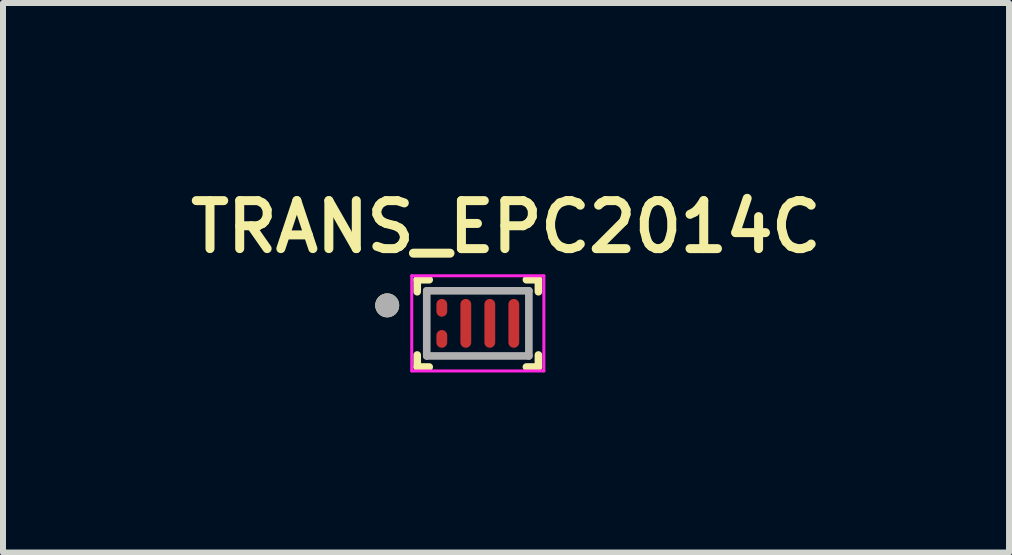
<source format=kicad_pcb>
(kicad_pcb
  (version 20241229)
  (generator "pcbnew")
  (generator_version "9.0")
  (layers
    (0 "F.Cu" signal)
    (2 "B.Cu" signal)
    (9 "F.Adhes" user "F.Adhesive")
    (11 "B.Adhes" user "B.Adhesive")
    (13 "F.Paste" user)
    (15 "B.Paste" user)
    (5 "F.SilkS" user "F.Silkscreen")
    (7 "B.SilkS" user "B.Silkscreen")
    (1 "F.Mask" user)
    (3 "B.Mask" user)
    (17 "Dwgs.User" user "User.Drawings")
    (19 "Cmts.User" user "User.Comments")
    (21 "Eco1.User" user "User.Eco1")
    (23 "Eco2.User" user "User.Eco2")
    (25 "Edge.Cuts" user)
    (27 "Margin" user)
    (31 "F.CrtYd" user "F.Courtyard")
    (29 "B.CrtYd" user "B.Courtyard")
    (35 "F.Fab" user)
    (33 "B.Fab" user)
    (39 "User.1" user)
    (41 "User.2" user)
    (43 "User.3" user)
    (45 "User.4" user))
  (footprint "TRANS_EPC2014C"
    (layer "F.Cu")
    (at 4.913 2.339)
    (property "Reference" "TRANS_EPC2014C" (at 0.47 -1.608 0) (layer "F.SilkS") (effects (font (size 0.8 0.8) (thickness 0.15))))
    (attr through_hole)
    (fp_poly (pts (xy -0.69 -0.199) (xy -0.69 -0.319) (xy -0.69 -0.328) (xy -0.688 -0.338) (xy -0.686 -0.347) (xy -0.682 -0.356) (xy -0.678 -0.364) (xy -0.673 -0.372) (xy -0.667 -0.379) (xy -0.66 -0.386) (xy -0.653 -0.392) (xy -0.645 -0.397) (xy -0.637 -0.401) (xy -0.628 -0.405) (xy -0.619 -0.407) (xy -0.609 -0.409) (xy -0.6 -0.409) (xy -0.591 -0.409) (xy -0.581 -0.407) (xy -0.572 -0.405) (xy -0.563 -0.401) (xy -0.555 -0.397) (xy -0.547 -0.392) (xy -0.54 -0.386) (xy -0.533 -0.379) (xy -0.527 -0.372) (xy -0.522 -0.364) (xy -0.518 -0.356) (xy -0.514 -0.347) (xy -0.512 -0.338) (xy -0.51 -0.328) (xy -0.51 -0.319) (xy -0.51 -0.199) (xy -0.51 -0.19) (xy -0.512 -0.18) (xy -0.514 -0.171) (xy -0.518 -0.162) (xy -0.522 -0.154) (xy -0.527 -0.146) (xy -0.533 -0.139) (xy -0.54 -0.132) (xy -0.547 -0.126) (xy -0.555 -0.121) (xy -0.563 -0.117) (xy -0.572 -0.113) (xy -0.581 -0.111) (xy -0.591 -0.109) (xy -0.6 -0.109) (xy -0.609 -0.109) (xy -0.619 -0.111) (xy -0.628 -0.113) (xy -0.637 -0.117) (xy -0.645 -0.121) (xy -0.653 -0.126) (xy -0.66 -0.132) (xy -0.667 -0.139) (xy -0.673 -0.146) (xy -0.678 -0.154) (xy -0.682 -0.162) (xy -0.686 -0.171) (xy -0.688 -0.18) (xy -0.69 -0.19) (xy -0.69 -0.199)) (stroke (width 0.0001) (type solid)) (fill yes) (layer "F.Mask"))
    (fp_poly (pts (xy -0.69 0.319) (xy -0.69 0.199) (xy -0.69 0.19) (xy -0.688 0.18) (xy -0.686 0.171) (xy -0.682 0.162) (xy -0.678 0.154) (xy -0.673 0.146) (xy -0.667 0.139) (xy -0.66 0.132) (xy -0.653 0.126) (xy -0.645 0.121) (xy -0.637 0.117) (xy -0.628 0.113) (xy -0.619 0.111) (xy -0.609 0.109) (xy -0.6 0.109) (xy -0.591 0.109) (xy -0.581 0.111) (xy -0.572 0.113) (xy -0.563 0.117) (xy -0.555 0.121) (xy -0.547 0.126) (xy -0.54 0.132) (xy -0.533 0.139) (xy -0.527 0.146) (xy -0.522 0.154) (xy -0.518 0.162) (xy -0.514 0.171) (xy -0.512 0.18) (xy -0.51 0.19) (xy -0.51 0.199) (xy -0.51 0.319) (xy -0.51 0.328) (xy -0.512 0.338) (xy -0.514 0.347) (xy -0.518 0.356) (xy -0.522 0.364) (xy -0.527 0.372) (xy -0.533 0.379) (xy -0.54 0.386) (xy -0.547 0.392) (xy -0.555 0.397) (xy -0.563 0.401) (xy -0.572 0.405) (xy -0.581 0.407) (xy -0.591 0.409) (xy -0.6 0.409) (xy -0.609 0.409) (xy -0.619 0.407) (xy -0.628 0.405) (xy -0.637 0.401) (xy -0.645 0.397) (xy -0.653 0.392) (xy -0.66 0.386) (xy -0.667 0.379) (xy -0.673 0.372) (xy -0.678 0.364) (xy -0.682 0.356) (xy -0.686 0.347) (xy -0.688 0.338) (xy -0.69 0.328) (xy -0.69 0.319)) (stroke (width 0.0001) (type solid)) (fill yes) (layer "F.Mask"))
    (fp_poly (pts (xy -0.29 0.32) (xy -0.29 -0.32) (xy -0.289 -0.329) (xy -0.287 -0.339) (xy -0.285 -0.348) (xy -0.281 -0.356) (xy -0.277 -0.364) (xy -0.271 -0.372) (xy -0.265 -0.379) (xy -0.258 -0.386) (xy -0.251 -0.391) (xy -0.243 -0.396) (xy -0.234 -0.4) (xy -0.225 -0.403) (xy -0.216 -0.405) (xy -0.207 -0.407) (xy -0.198 -0.407) (xy -0.188 -0.406) (xy -0.179 -0.405) (xy -0.17 -0.402) (xy -0.161 -0.398) (xy -0.153 -0.394) (xy -0.145 -0.389) (xy -0.138 -0.383) (xy -0.132 -0.376) (xy -0.126 -0.368) (xy -0.121 -0.36) (xy -0.117 -0.352) (xy -0.114 -0.343) (xy -0.112 -0.334) (xy -0.11 -0.325) (xy -0.11 -0.315) (xy -0.11 0.32) (xy -0.111 0.329) (xy -0.112 0.338) (xy -0.115 0.347) (xy -0.118 0.355) (xy -0.123 0.364) (xy -0.128 0.371) (xy -0.134 0.379) (xy -0.14 0.385) (xy -0.148 0.391) (xy -0.155 0.396) (xy -0.164 0.4) (xy -0.172 0.404) (xy -0.181 0.406) (xy -0.191 0.407) (xy -0.2 0.408) (xy -0.209 0.407) (xy -0.219 0.406) (xy -0.228 0.404) (xy -0.236 0.4) (xy -0.245 0.396) (xy -0.252 0.391) (xy -0.26 0.385) (xy -0.266 0.379) (xy -0.272 0.371) (xy -0.277 0.364) (xy -0.282 0.355) (xy -0.285 0.347) (xy -0.288 0.338) (xy -0.289 0.329) (xy -0.29 0.32)) (stroke (width 0.0001) (type solid)) (fill yes) (layer "F.Mask"))
    (fp_poly (pts (xy 0.11 0.32) (xy 0.11 -0.32) (xy 0.111 -0.329) (xy 0.113 -0.339) (xy 0.115 -0.348) (xy 0.119 -0.356) (xy 0.123 -0.364) (xy 0.129 -0.372) (xy 0.135 -0.379) (xy 0.142 -0.386) (xy 0.149 -0.391) (xy 0.157 -0.396) (xy 0.166 -0.4) (xy 0.175 -0.403) (xy 0.184 -0.405) (xy 0.193 -0.407) (xy 0.202 -0.407) (xy 0.212 -0.406) (xy 0.221 -0.405) (xy 0.23 -0.402) (xy 0.239 -0.398) (xy 0.247 -0.394) (xy 0.255 -0.389) (xy 0.262 -0.383) (xy 0.268 -0.376) (xy 0.274 -0.368) (xy 0.279 -0.36) (xy 0.283 -0.352) (xy 0.286 -0.343) (xy 0.288 -0.334) (xy 0.29 -0.325) (xy 0.29 -0.315) (xy 0.29 0.32) (xy 0.289 0.329) (xy 0.288 0.338) (xy 0.285 0.347) (xy 0.282 0.355) (xy 0.277 0.364) (xy 0.272 0.371) (xy 0.266 0.379) (xy 0.26 0.385) (xy 0.252 0.391) (xy 0.245 0.396) (xy 0.236 0.4) (xy 0.228 0.404) (xy 0.219 0.406) (xy 0.209 0.407) (xy 0.2 0.408) (xy 0.191 0.407) (xy 0.181 0.406) (xy 0.172 0.404) (xy 0.164 0.4) (xy 0.155 0.396) (xy 0.148 0.391) (xy 0.14 0.385) (xy 0.134 0.379) (xy 0.128 0.371) (xy 0.123 0.364) (xy 0.118 0.355) (xy 0.115 0.347) (xy 0.112 0.338) (xy 0.111 0.329) (xy 0.11 0.32)) (stroke (width 0.0001) (type solid)) (fill yes) (layer "F.Mask"))
    (fp_poly (pts (xy 0.51 0.32) (xy 0.51 -0.32) (xy 0.511 -0.329) (xy 0.513 -0.339) (xy 0.515 -0.348) (xy 0.519 -0.356) (xy 0.523 -0.364) (xy 0.529 -0.372) (xy 0.535 -0.379) (xy 0.542 -0.386) (xy 0.549 -0.391) (xy 0.557 -0.396) (xy 0.566 -0.4) (xy 0.575 -0.403) (xy 0.584 -0.405) (xy 0.593 -0.407) (xy 0.602 -0.407) (xy 0.612 -0.406) (xy 0.621 -0.405) (xy 0.63 -0.402) (xy 0.639 -0.398) (xy 0.647 -0.394) (xy 0.655 -0.389) (xy 0.662 -0.383) (xy 0.668 -0.376) (xy 0.674 -0.368) (xy 0.679 -0.36) (xy 0.683 -0.352) (xy 0.686 -0.343) (xy 0.688 -0.334) (xy 0.69 -0.325) (xy 0.69 -0.315) (xy 0.69 0.32) (xy 0.689 0.329) (xy 0.688 0.338) (xy 0.685 0.347) (xy 0.682 0.355) (xy 0.677 0.364) (xy 0.672 0.371) (xy 0.666 0.379) (xy 0.66 0.385) (xy 0.652 0.391) (xy 0.645 0.396) (xy 0.636 0.4) (xy 0.628 0.404) (xy 0.619 0.406) (xy 0.609 0.407) (xy 0.6 0.408) (xy 0.591 0.407) (xy 0.581 0.406) (xy 0.572 0.404) (xy 0.564 0.4) (xy 0.555 0.396) (xy 0.548 0.391) (xy 0.54 0.385) (xy 0.534 0.379) (xy 0.528 0.371) (xy 0.523 0.364) (xy 0.518 0.355) (xy 0.515 0.347) (xy 0.512 0.338) (xy 0.511 0.329) (xy 0.51 0.32)) (stroke (width 0.0001) (type solid)) (fill yes) (layer "F.Mask"))
    (fp_line (start -1.01 -0.727) (end -0.81 -0.727) (stroke (width 0.127) (type solid)) (layer "F.SilkS"))
    (fp_line (start -1.01 -0.527) (end -1.01 -0.727) (stroke (width 0.127) (type solid)) (layer "F.SilkS"))
    (fp_line (start -1.01 0.527) (end -1.01 0.727) (stroke (width 0.127) (type solid)) (layer "F.SilkS"))
    (fp_line (start -1.01 0.727) (end -0.81 0.727) (stroke (width 0.127) (type solid)) (layer "F.SilkS"))
    (fp_line (start 1.01 -0.727) (end 0.81 -0.727) (stroke (width 0.127) (type solid)) (layer "F.SilkS"))
    (fp_line (start 1.01 -0.527) (end 1.01 -0.727) (stroke (width 0.127) (type solid)) (layer "F.SilkS"))
    (fp_line (start 1.01 0.527) (end 1.01 0.727) (stroke (width 0.127) (type solid)) (layer "F.SilkS"))
    (fp_line (start 1.01 0.727) (end 0.81 0.727) (stroke (width 0.127) (type solid)) (layer "F.SilkS"))
    (fp_circle (center -1.51 -0.3) (end -1.41 -0.3) (stroke (width 0.2) (type solid)) (fill no) (layer "F.SilkS"))
    (fp_poly (pts (xy -0.69 -0.347) (xy -0.69 -0.35) (xy -0.69 -0.353) (xy -0.689 -0.356) (xy -0.689 -0.359) (xy -0.688 -0.363) (xy -0.687 -0.366) (xy -0.686 -0.369) (xy -0.685 -0.371) (xy -0.683 -0.374) (xy -0.682 -0.377) (xy -0.68 -0.38) (xy -0.679 -0.382) (xy -0.677 -0.385) (xy -0.675 -0.387) (xy -0.672 -0.389) (xy -0.67 -0.392) (xy -0.668 -0.394) (xy -0.665 -0.396) (xy -0.663 -0.397) (xy -0.66 -0.399) (xy -0.657 -0.4) (xy -0.654 -0.402) (xy -0.652 -0.403) (xy -0.649 -0.404) (xy -0.646 -0.405) (xy -0.642 -0.406) (xy -0.639 -0.406) (xy -0.636 -0.407) (xy -0.633 -0.407) (xy -0.63 -0.407) (xy -0.57 -0.407) (xy -0.567 -0.407) (xy -0.564 -0.407) (xy -0.561 -0.406) (xy -0.558 -0.406) (xy -0.554 -0.405) (xy -0.551 -0.404) (xy -0.548 -0.403) (xy -0.546 -0.402) (xy -0.543 -0.4) (xy -0.54 -0.399) (xy -0.537 -0.397) (xy -0.535 -0.396) (xy -0.532 -0.394) (xy -0.53 -0.392) (xy -0.528 -0.389) (xy -0.525 -0.387) (xy -0.523 -0.385) (xy -0.521 -0.382) (xy -0.52 -0.38) (xy -0.518 -0.377) (xy -0.517 -0.374) (xy -0.515 -0.371) (xy -0.514 -0.369) (xy -0.513 -0.366) (xy -0.512 -0.363) (xy -0.511 -0.359) (xy -0.511 -0.356) (xy -0.51 -0.353) (xy -0.51 -0.35) (xy -0.51 -0.347) (xy -0.51 -0.171) (xy -0.51 -0.168) (xy -0.51 -0.165) (xy -0.511 -0.162) (xy -0.511 -0.159) (xy -0.512 -0.155) (xy -0.513 -0.152) (xy -0.514 -0.149) (xy -0.515 -0.147) (xy -0.517 -0.144) (xy -0.518 -0.141) (xy -0.52 -0.138) (xy -0.521 -0.136) (xy -0.523 -0.133) (xy -0.525 -0.131) (xy -0.528 -0.129) (xy -0.53 -0.126) (xy -0.532 -0.124) (xy -0.535 -0.122) (xy -0.537 -0.121) (xy -0.54 -0.119) (xy -0.543 -0.118) (xy -0.546 -0.116) (xy -0.548 -0.115) (xy -0.551 -0.114) (xy -0.554 -0.113) (xy -0.558 -0.112) (xy -0.561 -0.112) (xy -0.564 -0.111) (xy -0.567 -0.111) (xy -0.57 -0.111) (xy -0.63 -0.111) (xy -0.633 -0.111) (xy -0.636 -0.111) (xy -0.639 -0.112) (xy -0.642 -0.112) (xy -0.646 -0.113) (xy -0.649 -0.114) (xy -0.652 -0.115) (xy -0.654 -0.116) (xy -0.657 -0.118) (xy -0.66 -0.119) (xy -0.663 -0.121) (xy -0.665 -0.122) (xy -0.668 -0.124) (xy -0.67 -0.126) (xy -0.672 -0.129) (xy -0.675 -0.131) (xy -0.677 -0.133) (xy -0.679 -0.136) (xy -0.68 -0.138) (xy -0.682 -0.141) (xy -0.683 -0.144) (xy -0.685 -0.147) (xy -0.686 -0.149) (xy -0.687 -0.152) (xy -0.688 -0.155) (xy -0.689 -0.159) (xy -0.689 -0.162) (xy -0.69 -0.165) (xy -0.69 -0.168) (xy -0.69 -0.171) (xy -0.69 -0.347)) (stroke (width 0.0001) (type solid)) (fill yes) (layer "F.Paste"))
    (fp_poly (pts (xy -0.69 0.171) (xy -0.69 0.168) (xy -0.69 0.165) (xy -0.689 0.162) (xy -0.689 0.159) (xy -0.688 0.155) (xy -0.687 0.152) (xy -0.686 0.149) (xy -0.685 0.147) (xy -0.683 0.144) (xy -0.682 0.141) (xy -0.68 0.138) (xy -0.679 0.136) (xy -0.677 0.133) (xy -0.675 0.131) (xy -0.672 0.129) (xy -0.67 0.126) (xy -0.668 0.124) (xy -0.665 0.122) (xy -0.663 0.121) (xy -0.66 0.119) (xy -0.657 0.118) (xy -0.654 0.116) (xy -0.652 0.115) (xy -0.649 0.114) (xy -0.646 0.113) (xy -0.642 0.112) (xy -0.639 0.112) (xy -0.636 0.111) (xy -0.633 0.111) (xy -0.63 0.111) (xy -0.57 0.111) (xy -0.567 0.111) (xy -0.564 0.111) (xy -0.561 0.112) (xy -0.558 0.112) (xy -0.554 0.113) (xy -0.551 0.114) (xy -0.548 0.115) (xy -0.546 0.116) (xy -0.543 0.118) (xy -0.54 0.119) (xy -0.537 0.121) (xy -0.535 0.122) (xy -0.532 0.124) (xy -0.53 0.126) (xy -0.528 0.129) (xy -0.525 0.131) (xy -0.523 0.133) (xy -0.521 0.136) (xy -0.52 0.138) (xy -0.518 0.141) (xy -0.517 0.144) (xy -0.515 0.147) (xy -0.514 0.149) (xy -0.513 0.152) (xy -0.512 0.155) (xy -0.511 0.159) (xy -0.511 0.162) (xy -0.51 0.165) (xy -0.51 0.168) (xy -0.51 0.171) (xy -0.51 0.347) (xy -0.51 0.35) (xy -0.51 0.353) (xy -0.511 0.356) (xy -0.511 0.359) (xy -0.512 0.363) (xy -0.513 0.366) (xy -0.514 0.369) (xy -0.515 0.371) (xy -0.517 0.374) (xy -0.518 0.377) (xy -0.52 0.38) (xy -0.521 0.382) (xy -0.523 0.385) (xy -0.525 0.387) (xy -0.528 0.389) (xy -0.53 0.392) (xy -0.532 0.394) (xy -0.535 0.396) (xy -0.537 0.397) (xy -0.54 0.399) (xy -0.543 0.4) (xy -0.546 0.402) (xy -0.548 0.403) (xy -0.551 0.404) (xy -0.554 0.405) (xy -0.558 0.406) (xy -0.561 0.406) (xy -0.564 0.407) (xy -0.567 0.407) (xy -0.57 0.407) (xy -0.63 0.407) (xy -0.633 0.407) (xy -0.636 0.407) (xy -0.639 0.406) (xy -0.642 0.406) (xy -0.646 0.405) (xy -0.649 0.404) (xy -0.652 0.403) (xy -0.654 0.402) (xy -0.657 0.4) (xy -0.66 0.399) (xy -0.663 0.397) (xy -0.665 0.396) (xy -0.668 0.394) (xy -0.67 0.392) (xy -0.672 0.389) (xy -0.675 0.387) (xy -0.677 0.385) (xy -0.679 0.382) (xy -0.68 0.38) (xy -0.682 0.377) (xy -0.683 0.374) (xy -0.685 0.371) (xy -0.686 0.369) (xy -0.687 0.366) (xy -0.688 0.363) (xy -0.689 0.359) (xy -0.689 0.356) (xy -0.69 0.353) (xy -0.69 0.35) (xy -0.69 0.347) (xy -0.69 0.171)) (stroke (width 0.0001) (type solid)) (fill yes) (layer "F.Paste"))
    (fp_poly (pts (xy -0.29 -0.347) (xy -0.29 -0.35) (xy -0.29 -0.353) (xy -0.289 -0.356) (xy -0.289 -0.359) (xy -0.288 -0.363) (xy -0.287 -0.366) (xy -0.286 -0.369) (xy -0.285 -0.371) (xy -0.283 -0.374) (xy -0.282 -0.377) (xy -0.28 -0.38) (xy -0.279 -0.382) (xy -0.277 -0.385) (xy -0.275 -0.387) (xy -0.272 -0.389) (xy -0.27 -0.392) (xy -0.268 -0.394) (xy -0.265 -0.396) (xy -0.263 -0.397) (xy -0.26 -0.399) (xy -0.257 -0.4) (xy -0.254 -0.402) (xy -0.252 -0.403) (xy -0.249 -0.404) (xy -0.246 -0.405) (xy -0.242 -0.406) (xy -0.239 -0.406) (xy -0.236 -0.407) (xy -0.233 -0.407) (xy -0.23 -0.407) (xy -0.17 -0.407) (xy -0.167 -0.407) (xy -0.164 -0.407) (xy -0.161 -0.406) (xy -0.158 -0.406) (xy -0.154 -0.405) (xy -0.151 -0.404) (xy -0.148 -0.403) (xy -0.146 -0.402) (xy -0.143 -0.4) (xy -0.14 -0.399) (xy -0.137 -0.397) (xy -0.135 -0.396) (xy -0.132 -0.394) (xy -0.13 -0.392) (xy -0.128 -0.389) (xy -0.125 -0.387) (xy -0.123 -0.385) (xy -0.121 -0.382) (xy -0.12 -0.38) (xy -0.118 -0.377) (xy -0.117 -0.374) (xy -0.115 -0.371) (xy -0.114 -0.369) (xy -0.113 -0.366) (xy -0.112 -0.363) (xy -0.111 -0.359) (xy -0.111 -0.356) (xy -0.11 -0.353) (xy -0.11 -0.35) (xy -0.11 -0.347) (xy -0.11 0.347) (xy -0.11 0.35) (xy -0.11 0.353) (xy -0.111 0.356) (xy -0.111 0.359) (xy -0.112 0.363) (xy -0.113 0.366) (xy -0.114 0.369) (xy -0.115 0.371) (xy -0.117 0.374) (xy -0.118 0.377) (xy -0.12 0.38) (xy -0.121 0.382) (xy -0.123 0.385) (xy -0.125 0.387) (xy -0.128 0.389) (xy -0.13 0.392) (xy -0.132 0.394) (xy -0.135 0.396) (xy -0.137 0.397) (xy -0.14 0.399) (xy -0.143 0.4) (xy -0.146 0.402) (xy -0.148 0.403) (xy -0.151 0.404) (xy -0.154 0.405) (xy -0.158 0.406) (xy -0.161 0.406) (xy -0.164 0.407) (xy -0.167 0.407) (xy -0.17 0.407) (xy -0.23 0.407) (xy -0.233 0.407) (xy -0.236 0.407) (xy -0.239 0.406) (xy -0.242 0.406) (xy -0.246 0.405) (xy -0.249 0.404) (xy -0.252 0.403) (xy -0.254 0.402) (xy -0.257 0.4) (xy -0.26 0.399) (xy -0.263 0.397) (xy -0.265 0.396) (xy -0.268 0.394) (xy -0.27 0.392) (xy -0.272 0.389) (xy -0.275 0.387) (xy -0.277 0.385) (xy -0.279 0.382) (xy -0.28 0.38) (xy -0.282 0.377) (xy -0.283 0.374) (xy -0.285 0.371) (xy -0.286 0.369) (xy -0.287 0.366) (xy -0.288 0.363) (xy -0.289 0.359) (xy -0.289 0.356) (xy -0.29 0.353) (xy -0.29 0.35) (xy -0.29 0.347) (xy -0.29 -0.347)) (stroke (width 0.0001) (type solid)) (fill yes) (layer "F.Paste"))
    (fp_poly (pts (xy 0.11 -0.347) (xy 0.11 -0.35) (xy 0.11 -0.353) (xy 0.111 -0.356) (xy 0.111 -0.359) (xy 0.112 -0.363) (xy 0.113 -0.366) (xy 0.114 -0.369) (xy 0.115 -0.371) (xy 0.117 -0.374) (xy 0.118 -0.377) (xy 0.12 -0.38) (xy 0.121 -0.382) (xy 0.123 -0.385) (xy 0.125 -0.387) (xy 0.128 -0.389) (xy 0.13 -0.392) (xy 0.132 -0.394) (xy 0.135 -0.396) (xy 0.137 -0.397) (xy 0.14 -0.399) (xy 0.143 -0.4) (xy 0.146 -0.402) (xy 0.148 -0.403) (xy 0.151 -0.404) (xy 0.154 -0.405) (xy 0.158 -0.406) (xy 0.161 -0.406) (xy 0.164 -0.407) (xy 0.167 -0.407) (xy 0.17 -0.407) (xy 0.23 -0.407) (xy 0.233 -0.407) (xy 0.236 -0.407) (xy 0.239 -0.406) (xy 0.242 -0.406) (xy 0.246 -0.405) (xy 0.249 -0.404) (xy 0.252 -0.403) (xy 0.254 -0.402) (xy 0.257 -0.4) (xy 0.26 -0.399) (xy 0.263 -0.397) (xy 0.265 -0.396) (xy 0.268 -0.394) (xy 0.27 -0.392) (xy 0.272 -0.389) (xy 0.275 -0.387) (xy 0.277 -0.385) (xy 0.279 -0.382) (xy 0.28 -0.38) (xy 0.282 -0.377) (xy 0.283 -0.374) (xy 0.285 -0.371) (xy 0.286 -0.369) (xy 0.287 -0.366) (xy 0.288 -0.363) (xy 0.289 -0.359) (xy 0.289 -0.356) (xy 0.29 -0.353) (xy 0.29 -0.35) (xy 0.29 -0.347) (xy 0.29 0.347) (xy 0.29 0.35) (xy 0.29 0.353) (xy 0.289 0.356) (xy 0.289 0.359) (xy 0.288 0.363) (xy 0.287 0.366) (xy 0.286 0.369) (xy 0.285 0.371) (xy 0.283 0.374) (xy 0.282 0.377) (xy 0.28 0.38) (xy 0.279 0.382) (xy 0.277 0.385) (xy 0.275 0.387) (xy 0.272 0.389) (xy 0.27 0.392) (xy 0.268 0.394) (xy 0.265 0.396) (xy 0.263 0.397) (xy 0.26 0.399) (xy 0.257 0.4) (xy 0.254 0.402) (xy 0.252 0.403) (xy 0.249 0.404) (xy 0.246 0.405) (xy 0.242 0.406) (xy 0.239 0.406) (xy 0.236 0.407) (xy 0.233 0.407) (xy 0.23 0.407) (xy 0.17 0.407) (xy 0.167 0.407) (xy 0.164 0.407) (xy 0.161 0.406) (xy 0.158 0.406) (xy 0.154 0.405) (xy 0.151 0.404) (xy 0.148 0.403) (xy 0.146 0.402) (xy 0.143 0.4) (xy 0.14 0.399) (xy 0.137 0.397) (xy 0.135 0.396) (xy 0.132 0.394) (xy 0.13 0.392) (xy 0.128 0.389) (xy 0.125 0.387) (xy 0.123 0.385) (xy 0.121 0.382) (xy 0.12 0.38) (xy 0.118 0.377) (xy 0.117 0.374) (xy 0.115 0.371) (xy 0.114 0.369) (xy 0.113 0.366) (xy 0.112 0.363) (xy 0.111 0.359) (xy 0.111 0.356) (xy 0.11 0.353) (xy 0.11 0.35) (xy 0.11 0.347) (xy 0.11 -0.347)) (stroke (width 0.0001) (type solid)) (fill yes) (layer "F.Paste"))
    (fp_poly (pts (xy 0.51 -0.347) (xy 0.51 -0.35) (xy 0.51 -0.353) (xy 0.511 -0.356) (xy 0.511 -0.359) (xy 0.512 -0.363) (xy 0.513 -0.366) (xy 0.514 -0.369) (xy 0.515 -0.371) (xy 0.517 -0.374) (xy 0.518 -0.377) (xy 0.52 -0.38) (xy 0.521 -0.382) (xy 0.523 -0.385) (xy 0.525 -0.387) (xy 0.528 -0.389) (xy 0.53 -0.392) (xy 0.532 -0.394) (xy 0.535 -0.396) (xy 0.537 -0.397) (xy 0.54 -0.399) (xy 0.543 -0.4) (xy 0.546 -0.402) (xy 0.548 -0.403) (xy 0.551 -0.404) (xy 0.554 -0.405) (xy 0.558 -0.406) (xy 0.561 -0.406) (xy 0.564 -0.407) (xy 0.567 -0.407) (xy 0.57 -0.407) (xy 0.63 -0.407) (xy 0.633 -0.407) (xy 0.636 -0.407) (xy 0.639 -0.406) (xy 0.642 -0.406) (xy 0.646 -0.405) (xy 0.649 -0.404) (xy 0.652 -0.403) (xy 0.654 -0.402) (xy 0.657 -0.4) (xy 0.66 -0.399) (xy 0.663 -0.397) (xy 0.665 -0.396) (xy 0.668 -0.394) (xy 0.67 -0.392) (xy 0.672 -0.389) (xy 0.675 -0.387) (xy 0.677 -0.385) (xy 0.679 -0.382) (xy 0.68 -0.38) (xy 0.682 -0.377) (xy 0.683 -0.374) (xy 0.685 -0.371) (xy 0.686 -0.369) (xy 0.687 -0.366) (xy 0.688 -0.363) (xy 0.689 -0.359) (xy 0.689 -0.356) (xy 0.69 -0.353) (xy 0.69 -0.35) (xy 0.69 -0.347) (xy 0.69 0.347) (xy 0.69 0.35) (xy 0.69 0.353) (xy 0.689 0.356) (xy 0.689 0.359) (xy 0.688 0.363) (xy 0.687 0.366) (xy 0.686 0.369) (xy 0.685 0.371) (xy 0.683 0.374) (xy 0.682 0.377) (xy 0.68 0.38) (xy 0.679 0.382) (xy 0.677 0.385) (xy 0.675 0.387) (xy 0.672 0.389) (xy 0.67 0.392) (xy 0.668 0.394) (xy 0.665 0.396) (xy 0.663 0.397) (xy 0.66 0.399) (xy 0.657 0.4) (xy 0.654 0.402) (xy 0.652 0.403) (xy 0.649 0.404) (xy 0.646 0.405) (xy 0.642 0.406) (xy 0.639 0.406) (xy 0.636 0.407) (xy 0.633 0.407) (xy 0.63 0.407) (xy 0.57 0.407) (xy 0.567 0.407) (xy 0.564 0.407) (xy 0.561 0.406) (xy 0.558 0.406) (xy 0.554 0.405) (xy 0.551 0.404) (xy 0.548 0.403) (xy 0.546 0.402) (xy 0.543 0.4) (xy 0.54 0.399) (xy 0.537 0.397) (xy 0.535 0.396) (xy 0.532 0.394) (xy 0.53 0.392) (xy 0.528 0.389) (xy 0.525 0.387) (xy 0.523 0.385) (xy 0.521 0.382) (xy 0.52 0.38) (xy 0.518 0.377) (xy 0.517 0.374) (xy 0.515 0.371) (xy 0.514 0.369) (xy 0.513 0.366) (xy 0.512 0.363) (xy 0.511 0.359) (xy 0.511 0.356) (xy 0.51 0.353) (xy 0.51 0.35) (xy 0.51 0.347) (xy 0.51 -0.347)) (stroke (width 0.0001) (type solid)) (fill yes) (layer "F.Paste"))
    (fp_line (start -1.101 -0.793) (end -1.101 0.793) (stroke (width 0.05) (type solid)) (layer "F.CrtYd"))
    (fp_line (start -1.101 0.793) (end 1.101 0.793) (stroke (width 0.05) (type solid)) (layer "F.CrtYd"))
    (fp_line (start 1.101 -0.793) (end -1.101 -0.793) (stroke (width 0.05) (type solid)) (layer "F.CrtYd"))
    (fp_line (start 1.101 0.793) (end 1.101 -0.793) (stroke (width 0.05) (type solid)) (layer "F.CrtYd"))
    (fp_line (start -0.851 -0.543) (end -0.851 0.543) (stroke (width 0.127) (type solid)) (layer "F.Fab"))
    (fp_line (start -0.851 0.543) (end 0.851 0.543) (stroke (width 0.127) (type solid)) (layer "F.Fab"))
    (fp_line (start 0.851 -0.543) (end -0.851 -0.543) (stroke (width 0.127) (type solid)) (layer "F.Fab"))
    (fp_line (start 0.851 0.543) (end 0.851 -0.543) (stroke (width 0.127) (type solid)) (layer "F.Fab"))
    (fp_circle (center -1.51 -0.3) (end -1.41 -0.3) (stroke (width 0.2) (type solid)) (fill no) (layer "F.Fab"))
    (pad "1" smd oval (at -0.6 -0.259) (size 0.18 0.296) (layers "F.Cu"))
    (pad "2" smd oval (at -0.6 0.259) (size 0.18 0.296) (layers "F.Cu"))
    (pad "3" smd oval (at -0.2 0) (size 0.18 0.814) (layers "F.Cu"))
    (pad "4" smd oval (at 0.2 0) (size 0.18 0.814) (layers "F.Cu"))
    (pad "5" smd oval (at 0.6 0) (size 0.18 0.814) (layers "F.Cu")))
  (gr_rect
    (start -3 -3)
    (end 13.766 6.158)
    (stroke (width 0.1) (type default))
    (fill no)
    (layer "Edge.Cuts")))
</source>
